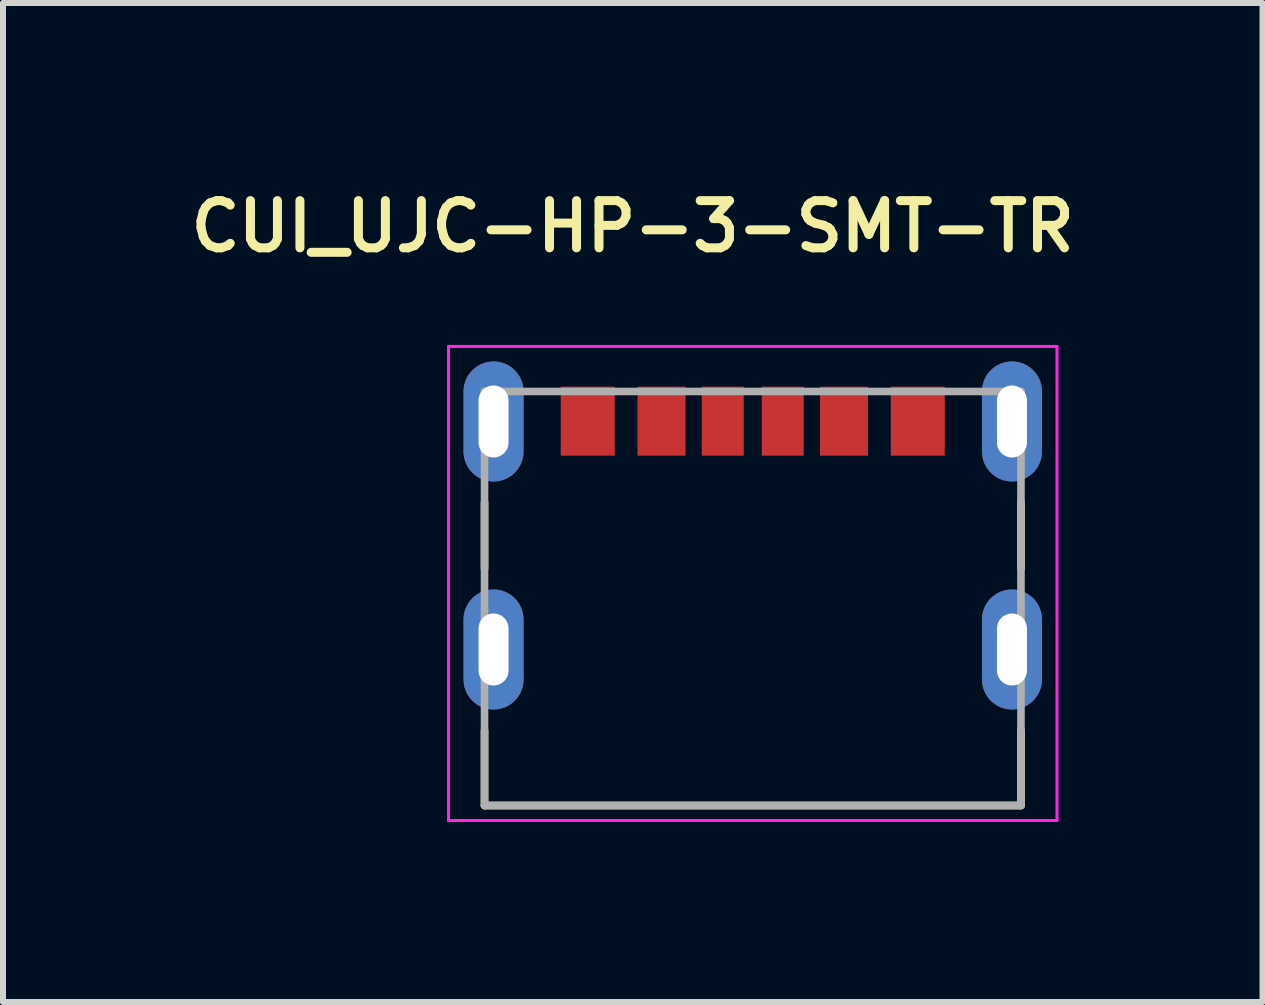
<source format=kicad_pcb>
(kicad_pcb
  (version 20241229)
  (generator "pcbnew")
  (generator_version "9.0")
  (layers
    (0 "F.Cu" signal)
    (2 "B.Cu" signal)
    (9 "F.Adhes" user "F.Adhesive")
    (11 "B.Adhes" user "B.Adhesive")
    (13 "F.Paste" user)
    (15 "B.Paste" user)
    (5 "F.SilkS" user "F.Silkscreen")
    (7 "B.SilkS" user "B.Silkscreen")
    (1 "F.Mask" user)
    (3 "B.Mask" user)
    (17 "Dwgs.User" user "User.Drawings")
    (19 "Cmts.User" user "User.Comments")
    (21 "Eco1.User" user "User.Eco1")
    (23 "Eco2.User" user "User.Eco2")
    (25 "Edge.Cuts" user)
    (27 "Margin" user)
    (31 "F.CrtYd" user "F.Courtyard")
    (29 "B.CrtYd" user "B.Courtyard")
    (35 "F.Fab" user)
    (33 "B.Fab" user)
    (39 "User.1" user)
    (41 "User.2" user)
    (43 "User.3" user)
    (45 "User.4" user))
  (footprint "CUI_UJC-HP-3-SMT-TR"
    (layer "F.Cu")
    (at 9.495 3.974)
    (property "Reference" "CUI_UJC-HP-3-SMT-TR" (at -2 -3.25 0) (layer "F.SilkS") (effects (font (size 0.787 0.787) (thickness 0.15))))
    (attr smd)
    (fp_line (start -4.47 2.45) (end -4.47 1.35) (stroke (width 0.127) (type solid)) (layer "F.SilkS"))
    (fp_line (start -4.47 6.4) (end -4.47 5.15) (stroke (width 0.127) (type solid)) (layer "F.SilkS"))
    (fp_line (start -4.47 6.4) (end 4.47 6.4) (stroke (width 0.127) (type solid)) (layer "F.SilkS"))
    (fp_line (start 4.47 2.45) (end 4.47 1.35) (stroke (width 0.127) (type solid)) (layer "F.SilkS"))
    (fp_line (start 4.47 6.4) (end 4.47 5.15) (stroke (width 0.127) (type solid)) (layer "F.SilkS"))
    (fp_line (start -5.07 -1.25) (end -5.07 6.65) (stroke (width 0.05) (type solid)) (layer "F.CrtYd"))
    (fp_line (start -5.07 6.65) (end 5.07 6.65) (stroke (width 0.05) (type solid)) (layer "F.CrtYd"))
    (fp_line (start 5.07 -1.25) (end -5.07 -1.25) (stroke (width 0.05) (type solid)) (layer "F.CrtYd"))
    (fp_line (start 5.07 6.65) (end 5.07 -1.25) (stroke (width 0.05) (type solid)) (layer "F.CrtYd"))
    (fp_line (start -4.47 -0.5) (end -4.47 6.4) (stroke (width 0.127) (type solid)) (layer "F.Fab"))
    (fp_line (start -4.47 6.4) (end 4.47 6.4) (stroke (width 0.127) (type solid)) (layer "F.Fab"))
    (fp_line (start 4.47 -0.5) (end -4.47 -0.5) (stroke (width 0.127) (type solid)) (layer "F.Fab"))
    (fp_line (start 4.47 6.4) (end 4.47 -0.5) (stroke (width 0.127) (type solid)) (layer "F.Fab"))
    (pad "A5" smd rect (at -0.5 -0.005 90) (size 1.15 0.7) (layers "F.Cu" "F.Mask" "F.Paste"))
    (pad "A9" smd rect (at 1.52 -0.005 90) (size 1.15 0.8) (layers "F.Cu" "F.Mask" "F.Paste"))
    (pad "A12" smd rect (at 2.75 -0.005 90) (size 1.15 0.9) (layers "F.Cu" "F.Mask" "F.Paste"))
    (pad "B5" smd rect (at 0.5 -0.005 90) (size 1.15 0.7) (layers "F.Cu" "F.Mask" "F.Paste"))
    (pad "B9" smd rect (at -1.52 -0.005 90) (size 1.15 0.8) (layers "F.Cu" "F.Mask" "F.Paste"))
    (pad "B12" smd rect (at -2.75 -0.005 90) (size 1.15 0.9) (layers "F.Cu" "F.Mask" "F.Paste"))
    (pad "S1" thru_hole oval (at -4.32 0) (size 1 2) (drill oval 0.5 1.2) (layers "*.Cu" "*.Mask"))
    (pad "S2" thru_hole oval (at 4.32 0) (size 1 2) (drill oval 0.5 1.2) (layers "*.Cu" "*.Mask"))
    (pad "S3" thru_hole oval (at -4.32 3.8) (size 1 2) (drill oval 0.5 1.2) (layers "*.Cu" "*.Mask"))
    (pad "S4" thru_hole oval (at 4.32 3.8) (size 1 2) (drill oval 0.5 1.2) (layers "*.Cu" "*.Mask")))
  (gr_rect
    (start -3 -3)
    (end 17.991 13.649)
    (stroke (width 0.1) (type default))
    (fill no)
    (layer "Edge.Cuts")))
</source>
